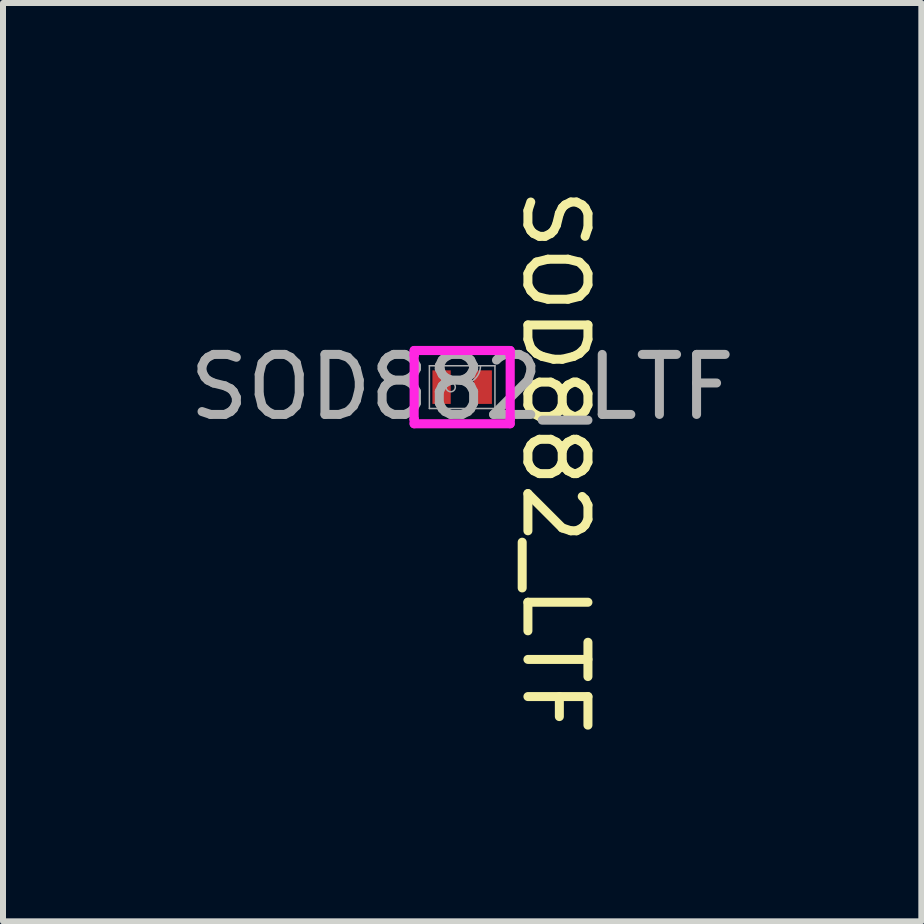
<source format=kicad_pcb>
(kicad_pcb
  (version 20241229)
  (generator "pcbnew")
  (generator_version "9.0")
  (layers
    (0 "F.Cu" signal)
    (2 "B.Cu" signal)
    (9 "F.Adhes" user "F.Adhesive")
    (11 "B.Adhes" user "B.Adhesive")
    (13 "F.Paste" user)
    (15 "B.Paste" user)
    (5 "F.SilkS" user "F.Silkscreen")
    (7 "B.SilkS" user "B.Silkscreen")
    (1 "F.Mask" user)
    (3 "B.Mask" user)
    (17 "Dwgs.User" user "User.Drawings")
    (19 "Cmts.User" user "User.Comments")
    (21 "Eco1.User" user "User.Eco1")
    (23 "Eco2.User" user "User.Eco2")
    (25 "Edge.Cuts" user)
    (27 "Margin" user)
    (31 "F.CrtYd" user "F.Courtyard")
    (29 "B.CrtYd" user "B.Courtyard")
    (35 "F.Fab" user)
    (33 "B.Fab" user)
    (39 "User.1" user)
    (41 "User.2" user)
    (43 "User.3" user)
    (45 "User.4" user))
  (footprint "SOD882_LTF"
    (layer "F.Cu")
    (at 4.649 3.399)
    (property "Reference" "SOD882_LTF" (at 1.55 1.25 270) (unlocked yes) (layer "F.SilkS") (effects (font (size 1 1) (thickness 0.15))))
    (attr smd)
    (fp_line (start -0.8 -0.61) (end 0.8 -0.61) (stroke (width 0.152) (type solid)) (layer "F.CrtYd"))
    (fp_line (start -0.8 -0.533) (end -0.8 -0.61) (stroke (width 0.152) (type solid)) (layer "F.CrtYd"))
    (fp_line (start -0.8 -0.533) (end -0.8 -0.533) (stroke (width 0.152) (type solid)) (layer "F.CrtYd"))
    (fp_line (start -0.8 0.533) (end -0.8 -0.533) (stroke (width 0.152) (type solid)) (layer "F.CrtYd"))
    (fp_line (start -0.8 0.533) (end -0.8 0.533) (stroke (width 0.152) (type solid)) (layer "F.CrtYd"))
    (fp_line (start -0.8 0.61) (end -0.8 0.533) (stroke (width 0.152) (type solid)) (layer "F.CrtYd"))
    (fp_line (start 0.8 -0.61) (end 0.8 -0.533) (stroke (width 0.152) (type solid)) (layer "F.CrtYd"))
    (fp_line (start 0.8 -0.533) (end 0.8 -0.533) (stroke (width 0.152) (type solid)) (layer "F.CrtYd"))
    (fp_line (start 0.8 -0.533) (end 0.8 0.533) (stroke (width 0.152) (type solid)) (layer "F.CrtYd"))
    (fp_line (start 0.8 0.533) (end 0.8 0.533) (stroke (width 0.152) (type solid)) (layer "F.CrtYd"))
    (fp_line (start 0.8 0.533) (end 0.8 0.61) (stroke (width 0.152) (type solid)) (layer "F.CrtYd"))
    (fp_line (start 0.8 0.61) (end -0.8 0.61) (stroke (width 0.152) (type solid)) (layer "F.CrtYd"))
    (fp_line (start -0.546 -0.356) (end -0.546 0.356) (stroke (width 0.025) (type solid)) (layer "F.Fab"))
    (fp_line (start -0.546 0.356) (end 0.546 0.356) (stroke (width 0.025) (type solid)) (layer "F.Fab"))
    (fp_line (start 0.546 -0.356) (end -0.546 -0.356) (stroke (width 0.025) (type solid)) (layer "F.Fab"))
    (fp_line (start 0.546 0.356) (end 0.546 -0.356) (stroke (width 0.025) (type solid)) (layer "F.Fab"))
    (fp_arc (start 0.3048 -0.3556) (mid 0 -0.0508) (end -0.3048 -0.3556) (stroke (width 0.0254) (type solid)) (layer "F.Fab"))
    (fp_circle (center -0.191 0) (end -0.114 0) (stroke (width 0.025) (type solid)) (fill no) (layer "F.Fab"))
    (fp_text user "${REFERENCE}" (at 0 0 0) (unlocked yes) (layer "F.Fab") (effects (font (size 1 1) (thickness 0.15))))
    (pad "1" smd rect (at -0.343 0) (size 0.305 0.559) (layers "F.Cu" "F.Mask" "F.Paste"))
    (pad "2" smd rect (at 0.343 0) (size 0.305 0.559) (layers "F.Cu" "F.Mask" "F.Paste")))
  (gr_rect
    (start -3 -3)
    (end 12.298 12.298)
    (stroke (width 0.1) (type default))
    (fill no)
    (layer "Edge.Cuts")))
</source>
